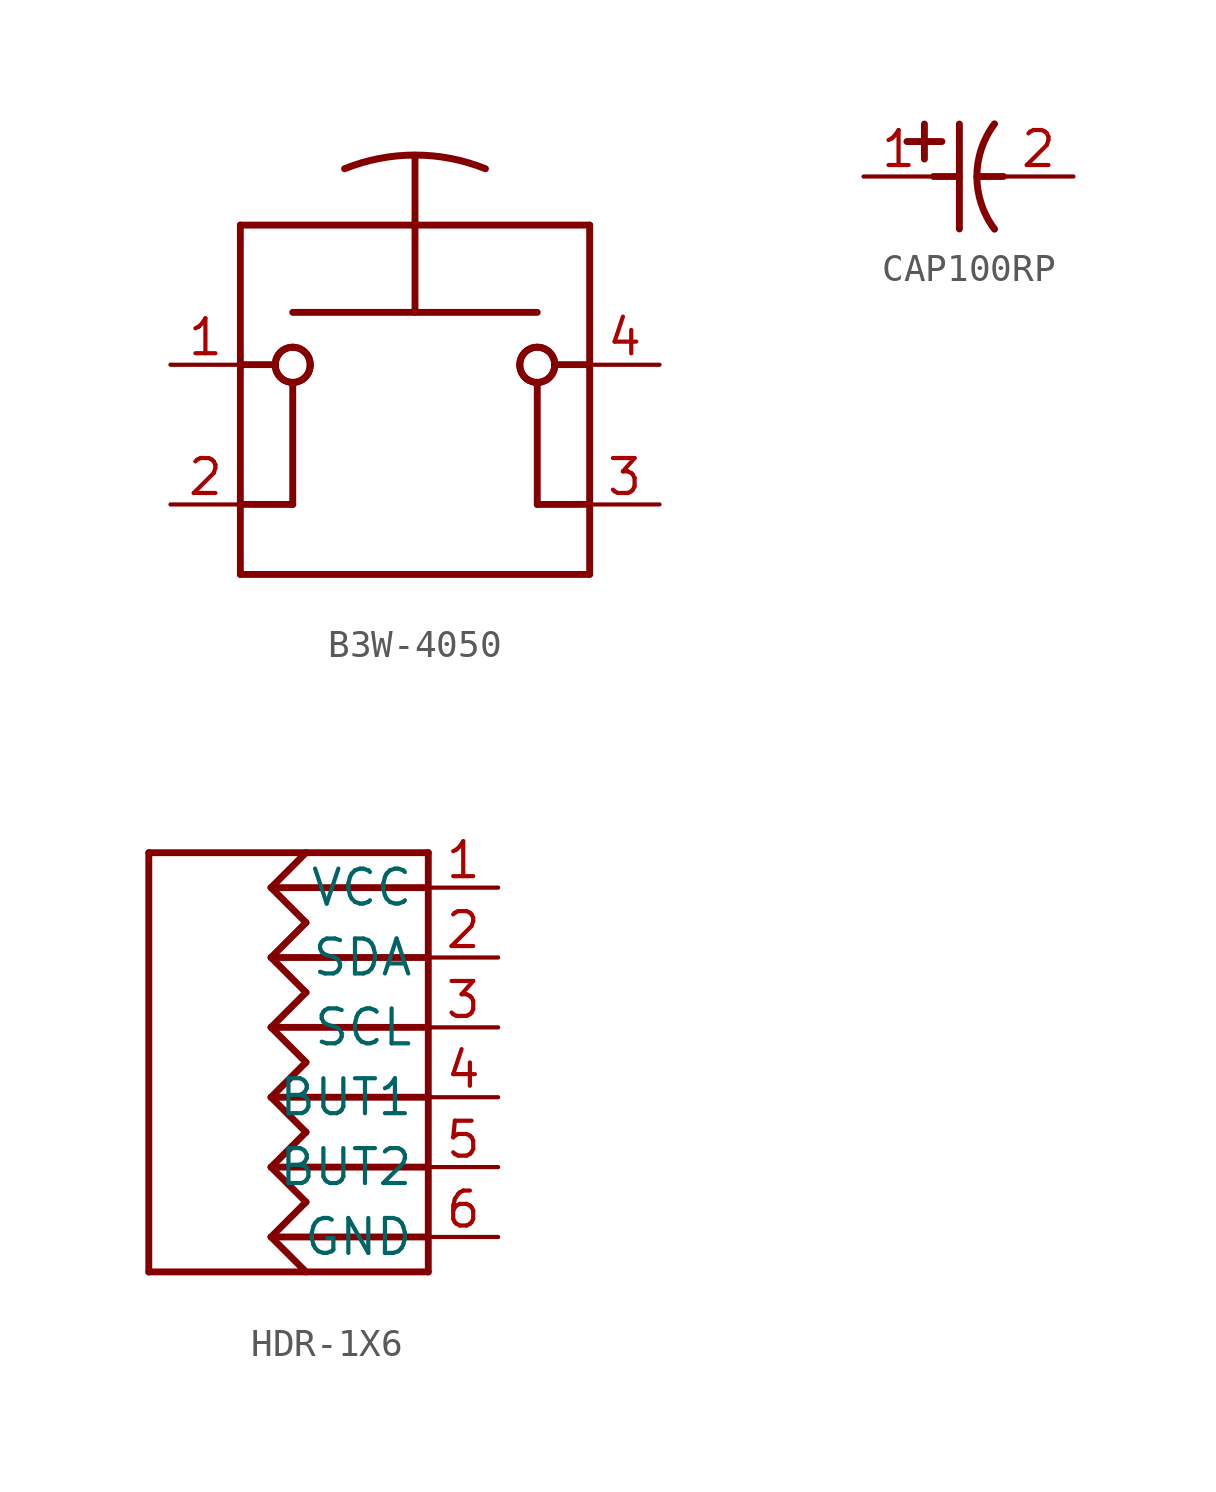
<source format=kicad_sym>
(kicad_symbol_lib
  (version 20231120)
  (generator "kicad_symbol_editor")
  (generator_version "8.0")
  (symbol "B3W-4050"
    (property "Reference" "S"
      (at 0 0 0)
      (effects (font (size 1.27 1.27)) (hide yes)))
    (property "ki_locked" ""
      (at 0 0 0)
      (effects (font (size 1.27 1.27))))
    (symbol "B3W-4050_1_0"
      (polyline (pts (xy -6.35 -7.623) (xy -6.35 5.077)) (stroke (width 0.25) (type solid)) (fill (type none)))
      (polyline (pts (xy -6.35 -5.077) (xy -4.445 -5.08)) (stroke (width 0.25) (type solid)) (fill (type none)))
      (polyline (pts (xy -6.35 0.003) (xy -5.08 0.003)) (stroke (width 0.25) (type solid)) (fill (type none)))
      (polyline (pts (xy -6.35 5.077) (xy 6.35 5.077)) (stroke (width 0.25) (type solid)) (fill (type none)))
      (polyline (pts (xy -5.08 -0.009) (xy -5.08 0.003)) (stroke (width 0.254) (type solid)) (fill (type none)))
      (polyline (pts (xy -5.08 0.003) (xy -5.072 0.103)) (stroke (width 0.254) (type solid)) (fill (type none)))
      (polyline (pts (xy -5.072 -0.109) (xy -5.08 -0.009)) (stroke (width 0.254) (type solid)) (fill (type none)))
      (polyline (pts (xy -5.072 0.103) (xy -5.049 0.199)) (stroke (width 0.254) (type solid)) (fill (type none)))
      (polyline (pts (xy -5.049 -0.206) (xy -5.072 -0.109)) (stroke (width 0.254) (type solid)) (fill (type none)))
      (polyline (pts (xy -5.049 0.199) (xy -5.011 0.291)) (stroke (width 0.254) (type solid)) (fill (type none)))
      (polyline (pts (xy -5.011 -0.298) (xy -5.049 -0.206)) (stroke (width 0.254) (type solid)) (fill (type none)))
      (polyline (pts (xy -5.011 0.291) (xy -4.959 0.376)) (stroke (width 0.254) (type solid)) (fill (type none)))
      (polyline (pts (xy -4.959 -0.383) (xy -5.011 -0.298)) (stroke (width 0.254) (type solid)) (fill (type none)))
      (polyline (pts (xy -4.959 0.376) (xy -4.894 0.452)) (stroke (width 0.254) (type solid)) (fill (type none)))
      (polyline (pts (xy -4.894 -0.458) (xy -4.959 -0.383)) (stroke (width 0.254) (type solid)) (fill (type none)))
      (polyline (pts (xy -4.894 0.452) (xy -4.818 0.517)) (stroke (width 0.254) (type solid)) (fill (type none)))
      (polyline (pts (xy -4.818 -0.523) (xy -4.894 -0.458)) (stroke (width 0.254) (type solid)) (fill (type none)))
      (polyline (pts (xy -4.818 0.517) (xy -4.733 0.569)) (stroke (width 0.254) (type solid)) (fill (type none)))
      (polyline (pts (xy -4.733 -0.575) (xy -4.818 -0.523)) (stroke (width 0.254) (type solid)) (fill (type none)))
      (polyline (pts (xy -4.733 0.569) (xy -4.641 0.607)) (stroke (width 0.254) (type solid)) (fill (type none)))
      (polyline (pts (xy -4.641 -0.613) (xy -4.733 -0.575)) (stroke (width 0.254) (type solid)) (fill (type none)))
      (polyline (pts (xy -4.641 0.607) (xy -4.544 0.63)) (stroke (width 0.254) (type solid)) (fill (type none)))
      (polyline (pts (xy -4.544 -0.637) (xy -4.641 -0.613)) (stroke (width 0.254) (type solid)) (fill (type none)))
      (polyline (pts (xy -4.544 0.63) (xy -4.445 0.638)) (stroke (width 0.254) (type solid)) (fill (type none)))
      (polyline (pts (xy -4.445 -5.08) (xy -4.445 -0.635)) (stroke (width 0.25) (type solid)) (fill (type none)))
      (polyline (pts (xy -4.445 -0.644) (xy -4.544 -0.637)) (stroke (width 0.254) (type solid)) (fill (type none)))
      (polyline (pts (xy -4.445 0.638) (xy -4.346 0.63)) (stroke (width 0.254) (type solid)) (fill (type none)))
      (polyline (pts (xy -4.445 1.905) (xy 4.445 1.905)) (stroke (width 0.25) (type solid)) (fill (type none)))
      (polyline (pts (xy -4.346 -0.637) (xy -4.445 -0.644)) (stroke (width 0.254) (type solid)) (fill (type none)))
      (polyline (pts (xy -4.346 0.63) (xy -4.249 0.607)) (stroke (width 0.254) (type solid)) (fill (type none)))
      (polyline (pts (xy -4.249 -0.613) (xy -4.346 -0.637)) (stroke (width 0.254) (type solid)) (fill (type none)))
      (polyline (pts (xy -4.249 0.607) (xy -4.157 0.569)) (stroke (width 0.254) (type solid)) (fill (type none)))
      (polyline (pts (xy -4.157 -0.575) (xy -4.249 -0.613)) (stroke (width 0.254) (type solid)) (fill (type none)))
      (polyline (pts (xy -4.157 0.569) (xy -4.072 0.517)) (stroke (width 0.254) (type solid)) (fill (type none)))
      (polyline (pts (xy -4.072 -0.523) (xy -4.157 -0.575)) (stroke (width 0.254) (type solid)) (fill (type none)))
      (polyline (pts (xy -4.072 0.517) (xy -3.996 0.452)) (stroke (width 0.254) (type solid)) (fill (type none)))
      (polyline (pts (xy -3.996 -0.458) (xy -4.072 -0.523)) (stroke (width 0.254) (type solid)) (fill (type none)))
      (polyline (pts (xy -3.996 0.452) (xy -3.931 0.376)) (stroke (width 0.254) (type solid)) (fill (type none)))
      (polyline (pts (xy -3.931 -0.383) (xy -3.996 -0.458)) (stroke (width 0.254) (type solid)) (fill (type none)))
      (polyline (pts (xy -3.931 0.376) (xy -3.879 0.291)) (stroke (width 0.254) (type solid)) (fill (type none)))
      (polyline (pts (xy -3.879 -0.298) (xy -3.931 -0.383)) (stroke (width 0.254) (type solid)) (fill (type none)))
      (polyline (pts (xy -3.879 0.291) (xy -3.841 0.199)) (stroke (width 0.254) (type solid)) (fill (type none)))
      (polyline (pts (xy -3.841 -0.206) (xy -3.879 -0.298)) (stroke (width 0.254) (type solid)) (fill (type none)))
      (polyline (pts (xy -3.841 0.199) (xy -3.818 0.103)) (stroke (width 0.254) (type solid)) (fill (type none)))
      (polyline (pts (xy -3.818 -0.109) (xy -3.841 -0.206)) (stroke (width 0.254) (type solid)) (fill (type none)))
      (polyline (pts (xy -3.818 0.103) (xy -3.81 0.003)) (stroke (width 0.254) (type solid)) (fill (type none)))
      (polyline (pts (xy -3.81 -0.009) (xy -3.818 -0.109)) (stroke (width 0.254) (type solid)) (fill (type none)))
      (polyline (pts (xy -3.81 0.003) (xy -3.81 -0.009)) (stroke (width 0.254) (type solid)) (fill (type none)))
      (polyline (pts (xy 0 1.905) (xy 0 7.617)) (stroke (width 0.25) (type solid)) (fill (type none)))
      (polyline (pts (xy 3.81 -0.009) (xy 3.81 0.003)) (stroke (width 0.254) (type solid)) (fill (type none)))
      (polyline (pts (xy 3.81 0.003) (xy 3.818 0.103)) (stroke (width 0.254) (type solid)) (fill (type none)))
      (polyline (pts (xy 3.818 -0.109) (xy 3.81 -0.009)) (stroke (width 0.254) (type solid)) (fill (type none)))
      (polyline (pts (xy 3.818 0.103) (xy 3.841 0.199)) (stroke (width 0.254) (type solid)) (fill (type none)))
      (polyline (pts (xy 3.841 -0.206) (xy 3.818 -0.109)) (stroke (width 0.254) (type solid)) (fill (type none)))
      (polyline (pts (xy 3.841 0.199) (xy 3.879 0.291)) (stroke (width 0.254) (type solid)) (fill (type none)))
      (polyline (pts (xy 3.879 -0.298) (xy 3.841 -0.206)) (stroke (width 0.254) (type solid)) (fill (type none)))
      (polyline (pts (xy 3.879 0.291) (xy 3.931 0.376)) (stroke (width 0.254) (type solid)) (fill (type none)))
      (polyline (pts (xy 3.931 -0.383) (xy 3.879 -0.298)) (stroke (width 0.254) (type solid)) (fill (type none)))
      (polyline (pts (xy 3.931 0.376) (xy 3.996 0.452)) (stroke (width 0.254) (type solid)) (fill (type none)))
      (polyline (pts (xy 3.996 -0.458) (xy 3.931 -0.383)) (stroke (width 0.254) (type solid)) (fill (type none)))
      (polyline (pts (xy 3.996 0.452) (xy 4.072 0.517)) (stroke (width 0.254) (type solid)) (fill (type none)))
      (polyline (pts (xy 4.072 -0.523) (xy 3.996 -0.458)) (stroke (width 0.254) (type solid)) (fill (type none)))
      (polyline (pts (xy 4.072 0.517) (xy 4.157 0.569)) (stroke (width 0.254) (type solid)) (fill (type none)))
      (polyline (pts (xy 4.157 -0.575) (xy 4.072 -0.523)) (stroke (width 0.254) (type solid)) (fill (type none)))
      (polyline (pts (xy 4.157 0.569) (xy 4.249 0.607)) (stroke (width 0.254) (type solid)) (fill (type none)))
      (polyline (pts (xy 4.249 -0.613) (xy 4.157 -0.575)) (stroke (width 0.254) (type solid)) (fill (type none)))
      (polyline (pts (xy 4.249 0.607) (xy 4.346 0.63)) (stroke (width 0.254) (type solid)) (fill (type none)))
      (polyline (pts (xy 4.346 -0.637) (xy 4.249 -0.613)) (stroke (width 0.254) (type solid)) (fill (type none)))
      (polyline (pts (xy 4.346 0.63) (xy 4.445 0.638)) (stroke (width 0.254) (type solid)) (fill (type none)))
      (polyline (pts (xy 4.445 -5.08) (xy 4.445 -0.635)) (stroke (width 0.25) (type solid)) (fill (type none)))
      (polyline (pts (xy 4.445 -0.644) (xy 4.346 -0.637)) (stroke (width 0.254) (type solid)) (fill (type none)))
      (polyline (pts (xy 4.445 0.638) (xy 4.544 0.63)) (stroke (width 0.254) (type solid)) (fill (type none)))
      (polyline (pts (xy 4.544 -0.637) (xy 4.445 -0.644)) (stroke (width 0.254) (type solid)) (fill (type none)))
      (polyline (pts (xy 4.544 0.63) (xy 4.641 0.607)) (stroke (width 0.254) (type solid)) (fill (type none)))
      (polyline (pts (xy 4.641 -0.613) (xy 4.544 -0.637)) (stroke (width 0.254) (type solid)) (fill (type none)))
      (polyline (pts (xy 4.641 0.607) (xy 4.733 0.569)) (stroke (width 0.254) (type solid)) (fill (type none)))
      (polyline (pts (xy 4.733 -0.575) (xy 4.641 -0.613)) (stroke (width 0.254) (type solid)) (fill (type none)))
      (polyline (pts (xy 4.733 0.569) (xy 4.818 0.517)) (stroke (width 0.254) (type solid)) (fill (type none)))
      (polyline (pts (xy 4.818 -0.523) (xy 4.733 -0.575)) (stroke (width 0.254) (type solid)) (fill (type none)))
      (polyline (pts (xy 4.818 0.517) (xy 4.894 0.452)) (stroke (width 0.254) (type solid)) (fill (type none)))
      (polyline (pts (xy 4.894 -0.458) (xy 4.818 -0.523)) (stroke (width 0.254) (type solid)) (fill (type none)))
      (polyline (pts (xy 4.894 0.452) (xy 4.959 0.376)) (stroke (width 0.254) (type solid)) (fill (type none)))
      (polyline (pts (xy 4.959 -0.383) (xy 4.894 -0.458)) (stroke (width 0.254) (type solid)) (fill (type none)))
      (polyline (pts (xy 4.959 0.376) (xy 5.011 0.291)) (stroke (width 0.254) (type solid)) (fill (type none)))
      (polyline (pts (xy 5.011 -0.298) (xy 4.959 -0.383)) (stroke (width 0.254) (type solid)) (fill (type none)))
      (polyline (pts (xy 5.011 0.291) (xy 5.049 0.199)) (stroke (width 0.254) (type solid)) (fill (type none)))
      (polyline (pts (xy 5.049 -0.206) (xy 5.011 -0.298)) (stroke (width 0.254) (type solid)) (fill (type none)))
      (polyline (pts (xy 5.049 0.199) (xy 5.072 0.103)) (stroke (width 0.254) (type solid)) (fill (type none)))
      (polyline (pts (xy 5.072 -0.109) (xy 5.049 -0.206)) (stroke (width 0.254) (type solid)) (fill (type none)))
      (polyline (pts (xy 5.072 0.103) (xy 5.08 0.003)) (stroke (width 0.254) (type solid)) (fill (type none)))
      (polyline (pts (xy 5.08 -0.009) (xy 5.072 -0.109)) (stroke (width 0.254) (type solid)) (fill (type none)))
      (polyline (pts (xy 5.08 0.003) (xy 5.08 -0.009)) (stroke (width 0.254) (type solid)) (fill (type none)))
      (polyline (pts (xy 6.35 -7.623) (xy -6.35 -7.623)) (stroke (width 0.25) (type solid)) (fill (type none)))
      (polyline (pts (xy 6.35 -5.077) (xy 4.445 -5.08)) (stroke (width 0.25) (type solid)) (fill (type none)))
      (polyline (pts (xy 6.35 0.003) (xy 5.08 0.003)) (stroke (width 0.25) (type solid)) (fill (type none)))
      (polyline (pts (xy 6.35 5.077) (xy 6.35 -7.623)) (stroke (width 0.25) (type solid)) (fill (type none)))
      (arc (start 2.56 7.126) (mid 0.0005 7.6237) (end -2.5591 7.126) (stroke (width 0.254) (type solid)) (fill (type none)))
      (pin passive line (at -8.89 0 0) (length 2.54) (name "A@2" (effects (font (size 0 0)))) (number "1" (effects (font (size 1.27 1.27)))))
      (pin passive line (at -8.89 -5.08 0) (length 2.54) (name "A@1" (effects (font (size 0 0)))) (number "2" (effects (font (size 1.27 1.27)))))
      (pin passive line (at 8.89 -5.08 180) (length 2.54) (name "B@2" (effects (font (size 0 0)))) (number "3" (effects (font (size 1.27 1.27)))))
      (pin passive line (at 8.89 0 180) (length 2.54) (name "B@1" (effects (font (size 0 0)))) (number "4" (effects (font (size 1.27 1.27)))))))
  (symbol "CAP100RP"
    (property "Reference" "C"
      (at 0 0 0)
      (effects (font (size 1.27 1.27)) (hide yes)))
    (property "ki_locked" ""
      (at 0 0 0)
      (effects (font (size 1.27 1.27))))
    (symbol "CAP100RP_1_0"
      (polyline (pts (xy -1.753 1.27) (xy -0.483 1.27)) (stroke (width 0.25) (type solid)) (fill (type none)))
      (polyline (pts (xy -1.118 0.635) (xy -1.118 1.905)) (stroke (width 0.25) (type solid)) (fill (type none)))
      (polyline (pts (xy -0.787 0) (xy 0.152 0)) (stroke (width 0.25) (type solid)) (fill (type none)))
      (polyline (pts (xy 0.152 -1.905) (xy 0.152 1.905)) (stroke (width 0.25) (type solid)) (fill (type none)))
      (polyline (pts (xy 0.787 0) (xy 1.753 0)) (stroke (width 0.25) (type solid)) (fill (type none)))
      (arc (start 1.427 1.911) (mid 0.7874 0.0001) (end 1.4269 -1.9109) (stroke (width 0.254) (type solid)) (fill (type none)))
      (pin passive line (at -3.327 0 0) (length 2.54) (name "PLUS" (effects (font (size 0 0)))) (number "1" (effects (font (size 1.27 1.27)))))
      (pin passive line (at 4.293 0 180) (length 2.54) (name "MINUS" (effects (font (size 0 0)))) (number "2" (effects (font (size 1.27 1.27)))))))
  (symbol "HDR-1X6"
    (property "Reference" "J"
      (at 0 0 0)
      (effects (font (size 1.27 1.27)) (hide yes)))
    (property "ki_locked" ""
      (at 0 0 0)
      (effects (font (size 1.27 1.27))))
    (symbol "HDR-1X6_1_0"
      (polyline (pts (xy -5.08 -7.62) (xy -5.08 7.62)) (stroke (width 0.25) (type solid)) (fill (type none)))
      (polyline (pts (xy -5.08 7.62) (xy 5.08 7.62)) (stroke (width 0.25) (type solid)) (fill (type none)))
      (polyline (pts (xy -0.635 -6.35) (xy 0.635 -7.62)) (stroke (width 0.25) (type solid)) (fill (type none)))
      (polyline (pts (xy -0.635 -6.35) (xy 0.635 -5.08)) (stroke (width 0.25) (type solid)) (fill (type none)))
      (polyline (pts (xy -0.635 -6.35) (xy 5.08 -6.35)) (stroke (width 0.25) (type solid)) (fill (type none)))
      (polyline (pts (xy -0.635 -3.81) (xy 0.635 -5.08)) (stroke (width 0.25) (type solid)) (fill (type none)))
      (polyline (pts (xy -0.635 -3.81) (xy 0.635 -2.54)) (stroke (width 0.25) (type solid)) (fill (type none)))
      (polyline (pts (xy -0.635 -3.81) (xy 5.08 -3.81)) (stroke (width 0.25) (type solid)) (fill (type none)))
      (polyline (pts (xy -0.635 -1.27) (xy 0.635 -2.54)) (stroke (width 0.25) (type solid)) (fill (type none)))
      (polyline (pts (xy -0.635 -1.27) (xy 0.635 0)) (stroke (width 0.25) (type solid)) (fill (type none)))
      (polyline (pts (xy -0.635 -1.27) (xy 5.08 -1.27)) (stroke (width 0.25) (type solid)) (fill (type none)))
      (polyline (pts (xy -0.635 1.27) (xy 0.635 0)) (stroke (width 0.25) (type solid)) (fill (type none)))
      (polyline (pts (xy -0.635 1.27) (xy 0.635 2.54)) (stroke (width 0.25) (type solid)) (fill (type none)))
      (polyline (pts (xy -0.635 1.27) (xy 5.08 1.27)) (stroke (width 0.25) (type solid)) (fill (type none)))
      (polyline (pts (xy -0.635 3.81) (xy 0.635 2.54)) (stroke (width 0.25) (type solid)) (fill (type none)))
      (polyline (pts (xy -0.635 3.81) (xy 0.635 5.08)) (stroke (width 0.25) (type solid)) (fill (type none)))
      (polyline (pts (xy -0.635 3.81) (xy 5.08 3.81)) (stroke (width 0.25) (type solid)) (fill (type none)))
      (polyline (pts (xy -0.635 6.35) (xy 0.635 5.08)) (stroke (width 0.25) (type solid)) (fill (type none)))
      (polyline (pts (xy -0.635 6.35) (xy 0.635 7.62)) (stroke (width 0.25) (type solid)) (fill (type none)))
      (polyline (pts (xy -0.635 6.35) (xy 5.08 6.35)) (stroke (width 0.25) (type solid)) (fill (type none)))
      (polyline (pts (xy 5.08 -7.62) (xy -5.08 -7.62)) (stroke (width 0.25) (type solid)) (fill (type none)))
      (polyline (pts (xy 5.08 7.62) (xy 5.08 -7.62)) (stroke (width 0.25) (type solid)) (fill (type none)))
      (pin passive line (at 7.62 6.35 180) (length 2.54) (name "VCC" (effects (font (size 1.27 1.27)))) (number "1" (effects (font (size 1.27 1.27)))))
      (pin passive line (at 7.62 3.81 180) (length 2.54) (name "SDA" (effects (font (size 1.27 1.27)))) (number "2" (effects (font (size 1.27 1.27)))))
      (pin passive line (at 7.62 1.27 180) (length 2.54) (name "SCL" (effects (font (size 1.27 1.27)))) (number "3" (effects (font (size 1.27 1.27)))))
      (pin passive line (at 7.62 -1.27 180) (length 2.54) (name "BUT1" (effects (font (size 1.27 1.27)))) (number "4" (effects (font (size 1.27 1.27)))))
      (pin passive line (at 7.62 -3.81 180) (length 2.54) (name "BUT2" (effects (font (size 1.27 1.27)))) (number "5" (effects (font (size 1.27 1.27)))))
      (pin passive line (at 7.62 -6.35 180) (length 2.54) (name "GND" (effects (font (size 1.27 1.27)))) (number "6" (effects (font (size 1.27 1.27))))))))
</source>
